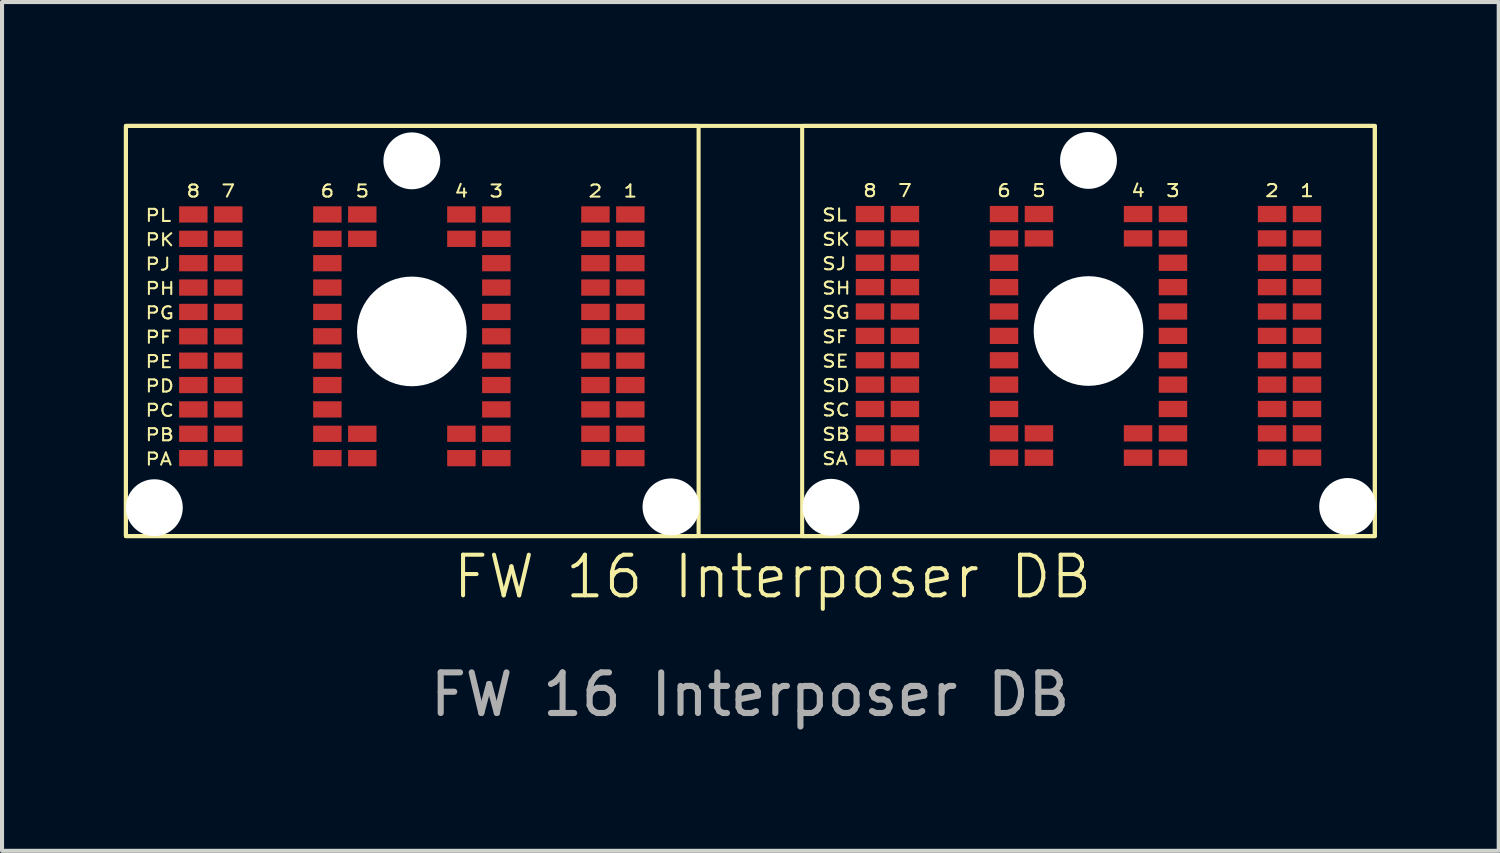
<source format=kicad_pcb>
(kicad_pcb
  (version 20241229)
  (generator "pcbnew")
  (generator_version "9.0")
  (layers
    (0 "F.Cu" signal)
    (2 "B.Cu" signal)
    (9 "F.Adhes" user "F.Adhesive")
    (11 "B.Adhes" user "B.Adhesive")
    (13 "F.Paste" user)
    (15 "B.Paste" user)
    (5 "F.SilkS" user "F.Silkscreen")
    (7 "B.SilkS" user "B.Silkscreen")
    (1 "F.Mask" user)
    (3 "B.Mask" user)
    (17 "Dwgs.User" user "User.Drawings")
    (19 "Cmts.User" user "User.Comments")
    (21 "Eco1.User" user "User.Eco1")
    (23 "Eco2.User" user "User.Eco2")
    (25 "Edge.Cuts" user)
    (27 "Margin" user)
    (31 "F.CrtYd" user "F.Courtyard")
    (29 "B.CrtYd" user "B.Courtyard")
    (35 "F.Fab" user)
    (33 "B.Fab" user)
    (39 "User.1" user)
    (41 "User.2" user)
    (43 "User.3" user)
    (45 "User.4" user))
  (footprint "FW 16 Interposer DB"
    (layer "F.Cu")
    (at 15.47 5.13)
    (property "Reference" "FW 16 Interposer DB" (at 0.5 6.02 0) (unlocked yes) (layer "F.SilkS") (effects (font (size 1 1) (thickness 0.1))))
    (attr smd)
    (fp_rect (start -15.42 -5.08) (end -1.32 5.02) (stroke (width 0.1) (type default)) (fill no) (layer "F.SilkS"))
    (fp_rect (start -15.42 -5.08) (end 15.33 5.02) (stroke (width 0.1) (type default)) (fill no) (layer "F.SilkS"))
    (fp_rect (start 1.23 -5.08) (end 15.33 5.02) (stroke (width 0.1) (type default)) (fill no) (layer "F.SilkS"))
    (fp_text user "1" (at 13.66 -3.31 0) (unlocked yes) (layer "F.SilkS") (effects (font (size 0.3 0.35) (thickness 0.05)) (justify bottom)))
    (fp_text user "SC" (at 1.69 2.09 0) (unlocked yes) (layer "F.SilkS") (effects (font (size 0.3 0.35) (thickness 0.05)) (justify left bottom)))
    (fp_text user "SA" (at 1.69 3.29 0) (unlocked yes) (layer "F.SilkS") (effects (font (size 0.3 0.35) (thickness 0.05)) (justify left bottom)))
    (fp_text user "SK" (at 1.69 -2.11 0) (unlocked yes) (layer "F.SilkS") (effects (font (size 0.3 0.35) (thickness 0.05)) (justify left bottom)))
    (fp_text user "8" (at 2.9 -3.31 0) (unlocked yes) (layer "F.SilkS") (effects (font (size 0.3 0.35) (thickness 0.05)) (justify bottom)))
    (fp_text user "SH" (at 1.69 -0.91 0) (unlocked yes) (layer "F.SilkS") (effects (font (size 0.3 0.35) (thickness 0.05)) (justify left bottom)))
    (fp_text user "SE" (at 1.69 0.89 0) (unlocked yes) (layer "F.SilkS") (effects (font (size 0.3 0.35) (thickness 0.05)) (justify left bottom)))
    (fp_text user "PD" (at -14.97 1.5 0) (unlocked yes) (layer "F.SilkS") (effects (font (size 0.3 0.35) (thickness 0.05)) (justify left bottom)))
    (fp_text user "SD" (at 1.69 1.49 0) (unlocked yes) (layer "F.SilkS") (effects (font (size 0.3 0.35) (thickness 0.05)) (justify left bottom)))
    (fp_text user "PL" (at -14.97 -2.7 0) (unlocked yes) (layer "F.SilkS") (effects (font (size 0.3 0.35) (thickness 0.05)) (justify left bottom)))
    (fp_text user "PK" (at -14.97 -2.1 0) (unlocked yes) (layer "F.SilkS") (effects (font (size 0.3 0.35) (thickness 0.05)) (justify left bottom)))
    (fp_text user "PA" (at -14.97 3.3 0) (unlocked yes) (layer "F.SilkS") (effects (font (size 0.3 0.35) (thickness 0.05)) (justify left bottom)))
    (fp_text user "SB" (at 1.69 2.69 0) (unlocked yes) (layer "F.SilkS") (effects (font (size 0.3 0.35) (thickness 0.05)) (justify left bottom)))
    (fp_text user "5" (at 7.06 -3.31 0) (unlocked yes) (layer "F.SilkS") (effects (font (size 0.3 0.35) (thickness 0.05)) (justify bottom)))
    (fp_text user "SJ" (at 1.69 -1.51 0) (unlocked yes) (layer "F.SilkS") (effects (font (size 0.3 0.35) (thickness 0.05)) (justify left bottom)))
    (fp_text user "PH" (at -14.97 -0.9 0) (unlocked yes) (layer "F.SilkS") (effects (font (size 0.3 0.35) (thickness 0.05)) (justify left bottom)))
    (fp_text user "3" (at -6.3 -3.3 0) (unlocked yes) (layer "F.SilkS") (effects (font (size 0.3 0.35) (thickness 0.05)) (justify bottom)))
    (fp_text user "2" (at -3.86 -3.3 0) (unlocked yes) (layer "F.SilkS") (effects (font (size 0.3 0.35) (thickness 0.05)) (justify bottom)))
    (fp_text user "2" (at 12.8 -3.31 0) (unlocked yes) (layer "F.SilkS") (effects (font (size 0.3 0.35) (thickness 0.05)) (justify bottom)))
    (fp_text user "5" (at -9.6 -3.3 0) (unlocked yes) (layer "F.SilkS") (effects (font (size 0.3 0.35) (thickness 0.05)) (justify bottom)))
    (fp_text user "7" (at 3.76 -3.31 0) (unlocked yes) (layer "F.SilkS") (effects (font (size 0.3 0.35) (thickness 0.05)) (justify bottom)))
    (fp_text user "PG" (at -14.97 -0.3 0) (unlocked yes) (layer "F.SilkS") (effects (font (size 0.3 0.35) (thickness 0.05)) (justify left bottom)))
    (fp_text user "SF" (at 1.69 0.29 0) (unlocked yes) (layer "F.SilkS") (effects (font (size 0.3 0.35) (thickness 0.05)) (justify left bottom)))
    (fp_text user "1" (at -3 -3.3 0) (unlocked yes) (layer "F.SilkS") (effects (font (size 0.3 0.35) (thickness 0.05)) (justify bottom)))
    (fp_text user "SG" (at 1.69 -0.31 0) (unlocked yes) (layer "F.SilkS") (effects (font (size 0.3 0.35) (thickness 0.05)) (justify left bottom)))
    (fp_text user "PJ" (at -14.97 -1.5 0) (unlocked yes) (layer "F.SilkS") (effects (font (size 0.3 0.35) (thickness 0.05)) (justify left bottom)))
    (fp_text user "6" (at 6.2 -3.31 0) (unlocked yes) (layer "F.SilkS") (effects (font (size 0.3 0.35) (thickness 0.05)) (justify bottom)))
    (fp_text user "6" (at -10.46 -3.3 0) (unlocked yes) (layer "F.SilkS") (effects (font (size 0.3 0.35) (thickness 0.05)) (justify bottom)))
    (fp_text user "7" (at -12.9 -3.3 0) (unlocked yes) (layer "F.SilkS") (effects (font (size 0.3 0.35) (thickness 0.05)) (justify bottom)))
    (fp_text user "PF" (at -14.97 0.3 0) (unlocked yes) (layer "F.SilkS") (effects (font (size 0.3 0.35) (thickness 0.05)) (justify left bottom)))
    (fp_text user "4" (at 9.5 -3.31 0) (unlocked yes) (layer "F.SilkS") (effects (font (size 0.3 0.35) (thickness 0.05)) (justify bottom)))
    (fp_text user "PC" (at -14.97 2.1 0) (unlocked yes) (layer "F.SilkS") (effects (font (size 0.3 0.35) (thickness 0.05)) (justify left bottom)))
    (fp_text user "SL" (at 1.69 -2.71 0) (unlocked yes) (layer "F.SilkS") (effects (font (size 0.3 0.35) (thickness 0.05)) (justify left bottom)))
    (fp_text user "8" (at -13.76 -3.3 0) (unlocked yes) (layer "F.SilkS") (effects (font (size 0.3 0.35) (thickness 0.05)) (justify bottom)))
    (fp_text user "3" (at 10.36 -3.31 0) (unlocked yes) (layer "F.SilkS") (effects (font (size 0.3 0.35) (thickness 0.05)) (justify bottom)))
    (fp_text user "4" (at -7.16 -3.3 0) (unlocked yes) (layer "F.SilkS") (effects (font (size 0.3 0.35) (thickness 0.05)) (justify bottom)))
    (fp_text user "PB" (at -14.97 2.7 0) (unlocked yes) (layer "F.SilkS") (effects (font (size 0.3 0.35) (thickness 0.05)) (justify left bottom)))
    (fp_text user "PE" (at -14.97 0.9 0) (unlocked yes) (layer "F.SilkS") (effects (font (size 0.3 0.35) (thickness 0.05)) (justify left bottom)))
    (fp_text user "${REFERENCE}" (at -0.05 8.92 0) (unlocked yes) (layer "F.Fab") (effects (font (size 1 1) (thickness 0.15))))
    (pad "" np_thru_hole circle (at -14.72 4.32) (size 1.4 1.4) (drill 1.4) (layers "*.Cu" "*.Mask"))
    (pad "" np_thru_hole circle (at -8.38 -4.22) (size 1.4 1.4) (drill 1.4) (layers "*.Cu" "*.Mask" "B.Adhes"))
    (pad "" np_thru_hole circle (at -8.38 -0.02) (size 2.7 2.7) (drill 2.7) (layers "*.Cu" "*.Mask" "B.Adhes"))
    (pad "" np_thru_hole circle (at -2 4.3) (size 1.4 1.4) (drill 1.4) (layers "*.Cu" "*.Mask"))
    (pad "" np_thru_hole circle (at 1.94 4.31) (size 1.4 1.4) (drill 1.4) (layers "*.Cu" "*.Mask"))
    (pad "" np_thru_hole circle (at 8.28 -4.23) (size 1.4 1.4) (drill 1.4) (layers "*.Cu" "*.Mask" "B.Adhes"))
    (pad "" np_thru_hole circle (at 8.28 -0.03) (size 2.7 2.7) (drill 2.7) (layers "*.Cu" "*.Mask" "B.Adhes"))
    (pad "" np_thru_hole circle (at 14.66 4.29) (size 1.4 1.4) (drill 1.4) (layers "*.Cu" "*.Mask"))
    (pad "PA1" smd rect (at -3 3.1) (size 0.7 0.4) (layers "F.Cu" "F.Mask" "F.Paste"))
    (pad "PA2" smd rect (at -3.86 3.1) (size 0.7 0.4) (layers "F.Cu" "F.Mask" "F.Paste"))
    (pad "PA3" smd rect (at -6.3 3.1) (size 0.7 0.4) (layers "F.Cu" "F.Mask" "F.Paste"))
    (pad "PA4" smd rect (at -7.16 3.1) (size 0.7 0.4) (layers "F.Cu" "F.Mask" "F.Paste"))
    (pad "PA5" smd rect (at -9.6 3.1) (size 0.7 0.4) (layers "F.Cu" "F.Mask" "F.Paste"))
    (pad "PA6" smd rect (at -10.46 3.1) (size 0.7 0.4) (layers "F.Cu" "F.Mask" "F.Paste"))
    (pad "PA7" smd rect (at -12.9 3.1) (size 0.7 0.4) (layers "F.Cu" "F.Mask" "F.Paste"))
    (pad "PA8" smd rect (at -13.76 3.1) (size 0.7 0.4) (layers "F.Cu" "F.Mask" "F.Paste"))
    (pad "PB1" smd rect (at -3 2.5) (size 0.7 0.4) (layers "F.Cu" "F.Mask" "F.Paste"))
    (pad "PB2" smd rect (at -3.86 2.5) (size 0.7 0.4) (layers "F.Cu" "F.Mask" "F.Paste"))
    (pad "PB3" smd rect (at -6.3 2.5) (size 0.7 0.4) (layers "F.Cu" "F.Mask" "F.Paste"))
    (pad "PB4" smd rect (at -7.16 2.5) (size 0.7 0.4) (layers "F.Cu" "F.Mask" "F.Paste"))
    (pad "PB5" smd rect (at -9.6 2.5) (size 0.7 0.4) (layers "F.Cu" "F.Mask" "F.Paste"))
    (pad "PB6" smd rect (at -10.46 2.5) (size 0.7 0.4) (layers "F.Cu" "F.Mask" "F.Paste"))
    (pad "PB7" smd rect (at -12.9 2.5) (size 0.7 0.4) (layers "F.Cu" "F.Mask" "F.Paste"))
    (pad "PB8" smd rect (at -13.76 2.5) (size 0.7 0.4) (layers "F.Cu" "F.Mask" "F.Paste"))
    (pad "PC1" smd rect (at -3 1.9) (size 0.7 0.4) (layers "F.Cu" "F.Mask" "F.Paste"))
    (pad "PC2" smd rect (at -3.86 1.9) (size 0.7 0.4) (layers "F.Cu" "F.Mask" "F.Paste"))
    (pad "PC3" smd rect (at -6.3 1.9) (size 0.7 0.4) (layers "F.Cu" "F.Mask" "F.Paste"))
    (pad "PC6" smd rect (at -10.46 1.9) (size 0.7 0.4) (layers "F.Cu" "F.Mask" "F.Paste"))
    (pad "PC7" smd rect (at -12.9 1.9) (size 0.7 0.4) (layers "F.Cu" "F.Mask" "F.Paste"))
    (pad "PC8" smd rect (at -13.76 1.9) (size 0.7 0.4) (layers "F.Cu" "F.Mask" "F.Paste"))
    (pad "PD1" smd rect (at -3 1.3) (size 0.7 0.4) (layers "F.Cu" "F.Mask" "F.Paste"))
    (pad "PD2" smd rect (at -3.86 1.3) (size 0.7 0.4) (layers "F.Cu" "F.Mask" "F.Paste"))
    (pad "PD3" smd rect (at -6.3 1.3) (size 0.7 0.4) (layers "F.Cu" "F.Mask" "F.Paste"))
    (pad "PD6" smd rect (at -10.46 1.3) (size 0.7 0.4) (layers "F.Cu" "F.Mask" "F.Paste"))
    (pad "PD7" smd rect (at -12.9 1.3) (size 0.7 0.4) (layers "F.Cu" "F.Mask" "F.Paste"))
    (pad "PD8" smd rect (at -13.76 1.3) (size 0.7 0.4) (layers "F.Cu" "F.Mask" "F.Paste"))
    (pad "PE1" smd rect (at -3 0.7) (size 0.7 0.4) (layers "F.Cu" "F.Mask" "F.Paste"))
    (pad "PE2" smd rect (at -3.86 0.7) (size 0.7 0.4) (layers "F.Cu" "F.Mask" "F.Paste"))
    (pad "PE3" smd rect (at -6.3 0.7) (size 0.7 0.4) (layers "F.Cu" "F.Mask" "F.Paste"))
    (pad "PE6" smd rect (at -10.46 0.7) (size 0.7 0.4) (layers "F.Cu" "F.Mask" "F.Paste"))
    (pad "PE7" smd rect (at -12.9 0.7) (size 0.7 0.4) (layers "F.Cu" "F.Mask" "F.Paste"))
    (pad "PE8" smd rect (at -13.76 0.7) (size 0.7 0.4) (layers "F.Cu" "F.Mask" "F.Paste"))
    (pad "PF1" smd rect (at -3 0.1) (size 0.7 0.4) (layers "F.Cu" "F.Mask" "F.Paste"))
    (pad "PF2" smd rect (at -3.86 0.1) (size 0.7 0.4) (layers "F.Cu" "F.Mask" "F.Paste"))
    (pad "PF3" smd rect (at -6.3 0.1) (size 0.7 0.4) (layers "F.Cu" "F.Mask" "F.Paste"))
    (pad "PF6" smd rect (at -10.46 0.1) (size 0.7 0.4) (layers "F.Cu" "F.Mask" "F.Paste"))
    (pad "PF7" smd rect (at -12.9 0.1) (size 0.7 0.4) (layers "F.Cu" "F.Mask" "F.Paste"))
    (pad "PF8" smd rect (at -13.76 0.1) (size 0.7 0.4) (layers "F.Cu" "F.Mask" "F.Paste"))
    (pad "PG1" smd rect (at -3 -0.5) (size 0.7 0.4) (layers "F.Cu" "F.Mask" "F.Paste"))
    (pad "PG2" smd rect (at -3.86 -0.5) (size 0.7 0.4) (layers "F.Cu" "F.Mask" "F.Paste"))
    (pad "PG3" smd rect (at -6.3 -0.5) (size 0.7 0.4) (layers "F.Cu" "F.Mask" "F.Paste"))
    (pad "PG6" smd rect (at -10.46 -0.5) (size 0.7 0.4) (layers "F.Cu" "F.Mask" "F.Paste"))
    (pad "PG7" smd rect (at -12.9 -0.5) (size 0.7 0.4) (layers "F.Cu" "F.Mask" "F.Paste"))
    (pad "PG8" smd rect (at -13.76 -0.5) (size 0.7 0.4) (layers "F.Cu" "F.Mask" "F.Paste"))
    (pad "PH1" smd rect (at -3 -1.1) (size 0.7 0.4) (layers "F.Cu" "F.Mask" "F.Paste"))
    (pad "PH2" smd rect (at -3.86 -1.1) (size 0.7 0.4) (layers "F.Cu" "F.Mask" "F.Paste"))
    (pad "PH3" smd rect (at -6.3 -1.1) (size 0.7 0.4) (layers "F.Cu" "F.Mask" "F.Paste"))
    (pad "PH6" smd rect (at -10.46 -1.1) (size 0.7 0.4) (layers "F.Cu" "F.Mask" "F.Paste"))
    (pad "PH7" smd rect (at -12.9 -1.1) (size 0.7 0.4) (layers "F.Cu" "F.Mask" "F.Paste"))
    (pad "PH8" smd rect (at -13.76 -1.1) (size 0.7 0.4) (layers "F.Cu" "F.Mask" "F.Paste"))
    (pad "PJ1" smd rect (at -3 -1.7) (size 0.7 0.4) (layers "F.Cu" "F.Mask" "F.Paste"))
    (pad "PJ2" smd rect (at -3.86 -1.7) (size 0.7 0.4) (layers "F.Cu" "F.Mask" "F.Paste"))
    (pad "PJ3" smd rect (at -6.3 -1.7) (size 0.7 0.4) (layers "F.Cu" "F.Mask" "F.Paste"))
    (pad "PJ6" smd rect (at -10.46 -1.7) (size 0.7 0.4) (layers "F.Cu" "F.Mask" "F.Paste"))
    (pad "PJ7" smd rect (at -12.9 -1.7) (size 0.7 0.4) (layers "F.Cu" "F.Mask" "F.Paste"))
    (pad "PJ8" smd rect (at -13.76 -1.7) (size 0.7 0.4) (layers "F.Cu" "F.Mask" "F.Paste"))
    (pad "PK1" smd rect (at -3 -2.3) (size 0.7 0.4) (layers "F.Cu" "F.Mask" "F.Paste"))
    (pad "PK2" smd rect (at -3.86 -2.3) (size 0.7 0.4) (layers "F.Cu" "F.Mask" "F.Paste"))
    (pad "PK3" smd rect (at -6.3 -2.3) (size 0.7 0.4) (layers "F.Cu" "F.Mask" "F.Paste"))
    (pad "PK4" smd rect (at -7.16 -2.3) (size 0.7 0.4) (layers "F.Cu" "F.Mask" "F.Paste"))
    (pad "PK5" smd rect (at -9.6 -2.3) (size 0.7 0.4) (layers "F.Cu" "F.Mask" "F.Paste"))
    (pad "PK6" smd rect (at -10.46 -2.3) (size 0.7 0.4) (layers "F.Cu" "F.Mask" "F.Paste"))
    (pad "PK7" smd rect (at -12.9 -2.3) (size 0.7 0.4) (layers "F.Cu" "F.Mask" "F.Paste"))
    (pad "PK8" smd rect (at -13.76 -2.3) (size 0.7 0.4) (layers "F.Cu" "F.Mask" "F.Paste"))
    (pad "PL1" smd rect (at -3 -2.9) (size 0.7 0.4) (layers "F.Cu" "F.Mask" "F.Paste"))
    (pad "PL2" smd rect (at -3.86 -2.9) (size 0.7 0.4) (layers "F.Cu" "F.Mask" "F.Paste"))
    (pad "PL3" smd rect (at -6.3 -2.9) (size 0.7 0.4) (layers "F.Cu" "F.Mask" "F.Paste"))
    (pad "PL4" smd rect (at -7.16 -2.9) (size 0.7 0.4) (layers "F.Cu" "F.Mask" "F.Paste"))
    (pad "PL5" smd rect (at -9.6 -2.9) (size 0.7 0.4) (layers "F.Cu" "F.Mask" "F.Paste"))
    (pad "PL6" smd rect (at -10.46 -2.9) (size 0.7 0.4) (layers "F.Cu" "F.Mask" "F.Paste"))
    (pad "PL7" smd rect (at -12.9 -2.9) (size 0.7 0.4) (layers "F.Cu" "F.Mask" "F.Paste"))
    (pad "PL8" smd rect (at -13.76 -2.9) (size 0.7 0.4) (layers "F.Cu" "F.Mask" "F.Paste"))
    (pad "SA1" smd rect (at 13.66 3.09) (size 0.7 0.4) (layers "F.Cu" "F.Mask" "F.Paste"))
    (pad "SA2" smd rect (at 12.8 3.09) (size 0.7 0.4) (layers "F.Cu" "F.Mask" "F.Paste"))
    (pad "SA3" smd rect (at 10.36 3.09) (size 0.7 0.4) (layers "F.Cu" "F.Mask" "F.Paste"))
    (pad "SA4" smd rect (at 9.5 3.09) (size 0.7 0.4) (layers "F.Cu" "F.Mask" "F.Paste"))
    (pad "SA5" smd rect (at 7.06 3.09) (size 0.7 0.4) (layers "F.Cu" "F.Mask" "F.Paste"))
    (pad "SA6" smd rect (at 6.2 3.09) (size 0.7 0.4) (layers "F.Cu" "F.Mask" "F.Paste"))
    (pad "SA7" smd rect (at 3.76 3.09) (size 0.7 0.4) (layers "F.Cu" "F.Mask" "F.Paste"))
    (pad "SA8" smd rect (at 2.9 3.09) (size 0.7 0.4) (layers "F.Cu" "F.Mask" "F.Paste"))
    (pad "SB1" smd rect (at 13.66 2.49) (size 0.7 0.4) (layers "F.Cu" "F.Mask" "F.Paste"))
    (pad "SB2" smd rect (at 12.8 2.49) (size 0.7 0.4) (layers "F.Cu" "F.Mask" "F.Paste"))
    (pad "SB3" smd rect (at 10.36 2.49) (size 0.7 0.4) (layers "F.Cu" "F.Mask" "F.Paste"))
    (pad "SB4" smd rect (at 9.5 2.49) (size 0.7 0.4) (layers "F.Cu" "F.Mask" "F.Paste"))
    (pad "SB5" smd rect (at 7.06 2.49) (size 0.7 0.4) (layers "F.Cu" "F.Mask" "F.Paste"))
    (pad "SB6" smd rect (at 6.2 2.49) (size 0.7 0.4) (layers "F.Cu" "F.Mask" "F.Paste"))
    (pad "SB7" smd rect (at 3.76 2.49) (size 0.7 0.4) (layers "F.Cu" "F.Mask" "F.Paste"))
    (pad "SB8" smd rect (at 2.9 2.49) (size 0.7 0.4) (layers "F.Cu" "F.Mask" "F.Paste"))
    (pad "SC1" smd rect (at 13.66 1.89) (size 0.7 0.4) (layers "F.Cu" "F.Mask" "F.Paste"))
    (pad "SC2" smd rect (at 12.8 1.89) (size 0.7 0.4) (layers "F.Cu" "F.Mask" "F.Paste"))
    (pad "SC3" smd rect (at 10.36 1.89) (size 0.7 0.4) (layers "F.Cu" "F.Mask" "F.Paste"))
    (pad "SC6" smd rect (at 6.2 1.89) (size 0.7 0.4) (layers "F.Cu" "F.Mask" "F.Paste"))
    (pad "SC7" smd rect (at 3.76 1.89) (size 0.7 0.4) (layers "F.Cu" "F.Mask" "F.Paste"))
    (pad "SC8" smd rect (at 2.9 1.89) (size 0.7 0.4) (layers "F.Cu" "F.Mask" "F.Paste"))
    (pad "SD1" smd rect (at 13.66 1.29) (size 0.7 0.4) (layers "F.Cu" "F.Mask" "F.Paste"))
    (pad "SD2" smd rect (at 12.8 1.29) (size 0.7 0.4) (layers "F.Cu" "F.Mask" "F.Paste"))
    (pad "SD3" smd rect (at 10.36 1.29) (size 0.7 0.4) (layers "F.Cu" "F.Mask" "F.Paste"))
    (pad "SD6" smd rect (at 6.2 1.29) (size 0.7 0.4) (layers "F.Cu" "F.Mask" "F.Paste"))
    (pad "SD7" smd rect (at 3.76 1.29) (size 0.7 0.4) (layers "F.Cu" "F.Mask" "F.Paste"))
    (pad "SD8" smd rect (at 2.9 1.29) (size 0.7 0.4) (layers "F.Cu" "F.Mask" "F.Paste"))
    (pad "SE1" smd rect (at 13.66 0.69) (size 0.7 0.4) (layers "F.Cu" "F.Mask" "F.Paste"))
    (pad "SE2" smd rect (at 12.8 0.69) (size 0.7 0.4) (layers "F.Cu" "F.Mask" "F.Paste"))
    (pad "SE3" smd rect (at 10.36 0.69) (size 0.7 0.4) (layers "F.Cu" "F.Mask" "F.Paste"))
    (pad "SE6" smd rect (at 6.2 0.69) (size 0.7 0.4) (layers "F.Cu" "F.Mask" "F.Paste"))
    (pad "SE7" smd rect (at 3.76 0.69) (size 0.7 0.4) (layers "F.Cu" "F.Mask" "F.Paste"))
    (pad "SE8" smd rect (at 2.9 0.69) (size 0.7 0.4) (layers "F.Cu" "F.Mask" "F.Paste"))
    (pad "SF1" smd rect (at 13.66 0.09) (size 0.7 0.4) (layers "F.Cu" "F.Mask" "F.Paste"))
    (pad "SF2" smd rect (at 12.8 0.09) (size 0.7 0.4) (layers "F.Cu" "F.Mask" "F.Paste"))
    (pad "SF3" smd rect (at 10.36 0.09) (size 0.7 0.4) (layers "F.Cu" "F.Mask" "F.Paste"))
    (pad "SF6" smd rect (at 6.2 0.09) (size 0.7 0.4) (layers "F.Cu" "F.Mask" "F.Paste"))
    (pad "SF7" smd rect (at 3.76 0.09) (size 0.7 0.4) (layers "F.Cu" "F.Mask" "F.Paste"))
    (pad "SF8" smd rect (at 2.9 0.09) (size 0.7 0.4) (layers "F.Cu" "F.Mask" "F.Paste"))
    (pad "SG1" smd rect (at 13.66 -0.51) (size 0.7 0.4) (layers "F.Cu" "F.Mask" "F.Paste"))
    (pad "SG2" smd rect (at 12.8 -0.51) (size 0.7 0.4) (layers "F.Cu" "F.Mask" "F.Paste"))
    (pad "SG3" smd rect (at 10.36 -0.51) (size 0.7 0.4) (layers "F.Cu" "F.Mask" "F.Paste"))
    (pad "SG6" smd rect (at 6.2 -0.51) (size 0.7 0.4) (layers "F.Cu" "F.Mask" "F.Paste"))
    (pad "SG7" smd rect (at 3.76 -0.51) (size 0.7 0.4) (layers "F.Cu" "F.Mask" "F.Paste"))
    (pad "SG8" smd rect (at 2.9 -0.51) (size 0.7 0.4) (layers "F.Cu" "F.Mask" "F.Paste"))
    (pad "SH1" smd rect (at 13.66 -1.11) (size 0.7 0.4) (layers "F.Cu" "F.Mask" "F.Paste"))
    (pad "SH2" smd rect (at 12.8 -1.11) (size 0.7 0.4) (layers "F.Cu" "F.Mask" "F.Paste"))
    (pad "SH3" smd rect (at 10.36 -1.11) (size 0.7 0.4) (layers "F.Cu" "F.Mask" "F.Paste"))
    (pad "SH6" smd rect (at 6.2 -1.11) (size 0.7 0.4) (layers "F.Cu" "F.Mask" "F.Paste"))
    (pad "SH7" smd rect (at 3.76 -1.11) (size 0.7 0.4) (layers "F.Cu" "F.Mask" "F.Paste"))
    (pad "SH8" smd rect (at 2.9 -1.11) (size 0.7 0.4) (layers "F.Cu" "F.Mask" "F.Paste"))
    (pad "SJ1" smd rect (at 13.66 -1.71) (size 0.7 0.4) (layers "F.Cu" "F.Mask" "F.Paste"))
    (pad "SJ2" smd rect (at 12.8 -1.71) (size 0.7 0.4) (layers "F.Cu" "F.Mask" "F.Paste"))
    (pad "SJ3" smd rect (at 10.36 -1.71) (size 0.7 0.4) (layers "F.Cu" "F.Mask" "F.Paste"))
    (pad "SJ6" smd rect (at 6.2 -1.71) (size 0.7 0.4) (layers "F.Cu" "F.Mask" "F.Paste"))
    (pad "SJ7" smd rect (at 3.76 -1.71) (size 0.7 0.4) (layers "F.Cu" "F.Mask" "F.Paste"))
    (pad "SJ8" smd rect (at 2.9 -1.71) (size 0.7 0.4) (layers "F.Cu" "F.Mask" "F.Paste"))
    (pad "SK1" smd rect (at 13.66 -2.31) (size 0.7 0.4) (layers "F.Cu" "F.Mask" "F.Paste"))
    (pad "SK2" smd rect (at 12.8 -2.31) (size 0.7 0.4) (layers "F.Cu" "F.Mask" "F.Paste"))
    (pad "SK3" smd rect (at 10.36 -2.31) (size 0.7 0.4) (layers "F.Cu" "F.Mask" "F.Paste"))
    (pad "SK4" smd rect (at 9.5 -2.31) (size 0.7 0.4) (layers "F.Cu" "F.Mask" "F.Paste"))
    (pad "SK5" smd rect (at 7.06 -2.31) (size 0.7 0.4) (layers "F.Cu" "F.Mask" "F.Paste"))
    (pad "SK6" smd rect (at 6.2 -2.31) (size 0.7 0.4) (layers "F.Cu" "F.Mask" "F.Paste"))
    (pad "SK7" smd rect (at 3.76 -2.31) (size 0.7 0.4) (layers "F.Cu" "F.Mask" "F.Paste"))
    (pad "SK8" smd rect (at 2.9 -2.31) (size 0.7 0.4) (layers "F.Cu" "F.Mask" "F.Paste"))
    (pad "SL1" smd rect (at 13.66 -2.91) (size 0.7 0.4) (layers "F.Cu" "F.Mask" "F.Paste"))
    (pad "SL2" smd rect (at 12.8 -2.91) (size 0.7 0.4) (layers "F.Cu" "F.Mask" "F.Paste"))
    (pad "SL3" smd rect (at 10.36 -2.91) (size 0.7 0.4) (layers "F.Cu" "F.Mask" "F.Paste"))
    (pad "SL4" smd rect (at 9.5 -2.91) (size 0.7 0.4) (layers "F.Cu" "F.Mask" "F.Paste"))
    (pad "SL5" smd rect (at 7.06 -2.91) (size 0.7 0.4) (layers "F.Cu" "F.Mask" "F.Paste"))
    (pad "SL6" smd rect (at 6.2 -2.91) (size 0.7 0.4) (layers "F.Cu" "F.Mask" "F.Paste"))
    (pad "SL7" smd rect (at 3.76 -2.91) (size 0.7 0.4) (layers "F.Cu" "F.Mask" "F.Paste"))
    (pad "SL8" smd rect (at 2.9 -2.91) (size 0.7 0.4) (layers "F.Cu" "F.Mask" "F.Paste")))
  (gr_rect
    (start -3 -3)
    (end 33.85 17.898)
    (stroke (width 0.1) (type default))
    (fill no)
    (layer "Edge.Cuts")))
</source>
